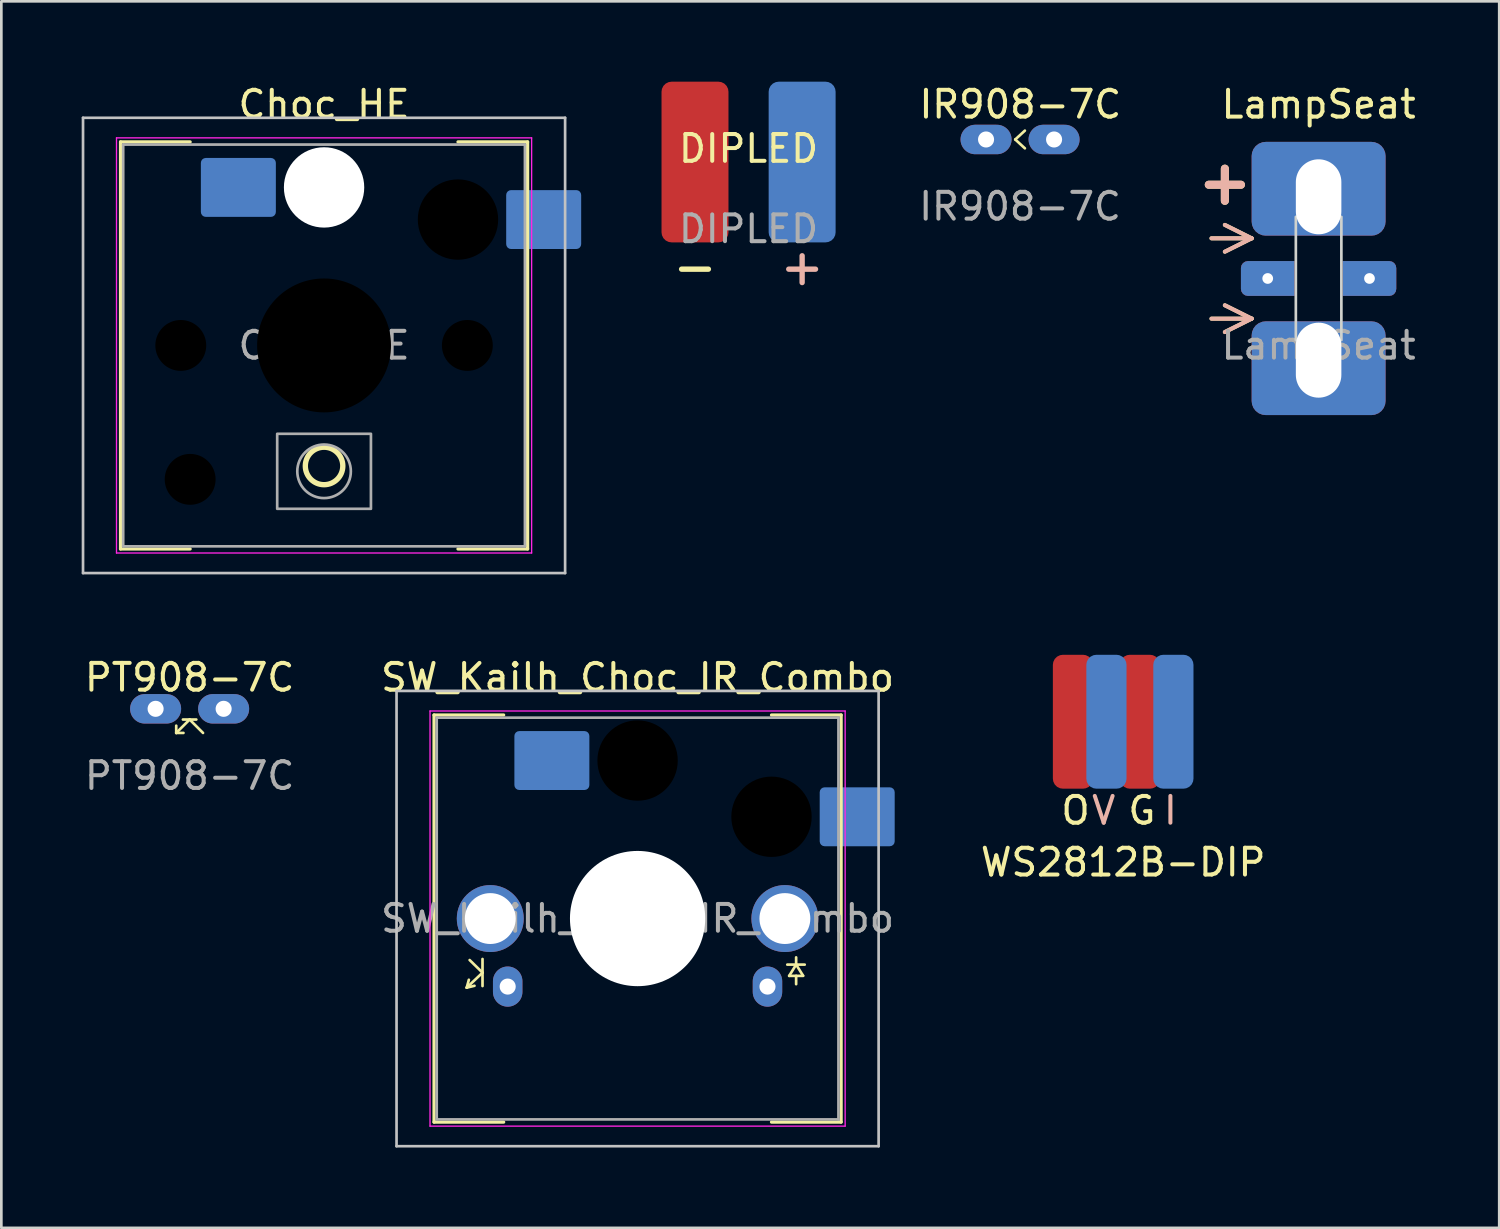
<source format=kicad_pcb>
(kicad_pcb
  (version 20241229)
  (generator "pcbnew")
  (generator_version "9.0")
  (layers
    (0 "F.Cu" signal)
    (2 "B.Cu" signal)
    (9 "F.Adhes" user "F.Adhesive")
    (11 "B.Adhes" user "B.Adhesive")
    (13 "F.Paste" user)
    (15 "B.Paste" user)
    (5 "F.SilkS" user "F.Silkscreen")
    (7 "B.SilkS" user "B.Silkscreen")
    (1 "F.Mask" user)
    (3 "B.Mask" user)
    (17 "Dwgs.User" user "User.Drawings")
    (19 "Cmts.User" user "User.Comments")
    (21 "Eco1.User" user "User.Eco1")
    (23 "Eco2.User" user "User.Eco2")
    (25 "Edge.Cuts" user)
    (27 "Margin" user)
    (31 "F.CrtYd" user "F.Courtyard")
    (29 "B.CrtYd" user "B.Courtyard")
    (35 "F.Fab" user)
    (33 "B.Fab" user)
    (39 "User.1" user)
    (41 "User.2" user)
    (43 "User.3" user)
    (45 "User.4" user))
  (footprint "SW_Kailh_Choc_IR_Combo"
    (layer "F.Cu")
    (at 20.756 31.247)
    (property "Reference" "SW_Kailh_Choc_IR_Combo" (at 0 -9 0) (layer "F.SilkS") (effects (font (size 1 1) (thickness 0.15))))
    (attr through_hole)
    (fp_line (start -7.6 -7.6) (end -7.6 7.6) (stroke (width 0.12) (type solid)) (layer "F.SilkS"))
    (fp_line (start -7.6 7.6) (end -5 7.6) (stroke (width 0.12) (type solid)) (layer "F.SilkS"))
    (fp_line (start -6.38 2.58) (end -5.79 2.02) (stroke (width 0.1) (type default)) (layer "F.SilkS"))
    (fp_line (start -6.3 2.285) (end -6.38 2.58) (stroke (width 0.1) (type default)) (layer "F.SilkS"))
    (fp_line (start -6.27 1.55) (end -5.79 2.02) (stroke (width 0.1) (type default)) (layer "F.SilkS"))
    (fp_line (start -6.09 2.51) (end -6.38 2.58) (stroke (width 0.1) (type default)) (layer "F.SilkS"))
    (fp_line (start -5.79 1.51) (end -5.79 2.52) (stroke (width 0.1) (type default)) (layer "F.SilkS"))
    (fp_line (start -5 -7.6) (end -7.6 -7.6) (stroke (width 0.12) (type solid)) (layer "F.SilkS"))
    (fp_line (start 5.59 1.72) (end 6.24 1.72) (stroke (width 0.1) (type default)) (layer "F.SilkS"))
    (fp_line (start 5.66 2.14) (end 5.92 1.72) (stroke (width 0.1) (type default)) (layer "F.SilkS"))
    (fp_line (start 5.66 2.14) (end 6.18 2.14) (stroke (width 0.1) (type default)) (layer "F.SilkS"))
    (fp_line (start 5.92 1.72) (end 6.18 2.134) (stroke (width 0.1) (type default)) (layer "F.SilkS"))
    (fp_line (start 5.92 1.73) (end 5.92 1.45) (stroke (width 0.1) (type default)) (layer "F.SilkS"))
    (fp_line (start 5.92 2.14) (end 5.92 2.45) (stroke (width 0.1) (type default)) (layer "F.SilkS"))
    (fp_line (start 7.6 -7.6) (end 5 -7.6) (stroke (width 0.12) (type solid)) (layer "F.SilkS"))
    (fp_line (start 7.6 7.6) (end 5 7.6) (stroke (width 0.12) (type solid)) (layer "F.SilkS"))
    (fp_line (start 7.6 7.6) (end 7.6 -7.6) (stroke (width 0.12) (type solid)) (layer "F.SilkS"))
    (fp_line (start -9 -8.5) (end -9 8.5) (stroke (width 0.1) (type solid)) (layer "Dwgs.User"))
    (fp_line (start -9 8.5) (end 9 8.5) (stroke (width 0.1) (type solid)) (layer "Dwgs.User"))
    (fp_line (start 9 -8.5) (end -9 -8.5) (stroke (width 0.1) (type solid)) (layer "Dwgs.User"))
    (fp_line (start 9 8.5) (end 9 -8.5) (stroke (width 0.1) (type solid)) (layer "Dwgs.User"))
    (fp_line (start -7.25 -7.25) (end -7.25 7.25) (stroke (width 0.1) (type solid)) (layer "Eco1.User"))
    (fp_line (start -7.25 7.25) (end 7.25 7.25) (stroke (width 0.1) (type solid)) (layer "Eco1.User"))
    (fp_line (start 7.25 -7.25) (end -7.25 -7.25) (stroke (width 0.1) (type solid)) (layer "Eco1.User"))
    (fp_line (start 7.25 7.25) (end 7.25 -7.25) (stroke (width 0.1) (type solid)) (layer "Eco1.User"))
    (fp_line (start -7.75 -7.75) (end -7.75 7.75) (stroke (width 0.05) (type solid)) (layer "F.CrtYd"))
    (fp_line (start -7.75 7.75) (end 7.75 7.75) (stroke (width 0.05) (type solid)) (layer "F.CrtYd"))
    (fp_line (start 7.75 -7.75) (end -7.75 -7.75) (stroke (width 0.05) (type solid)) (layer "F.CrtYd"))
    (fp_line (start 7.75 7.75) (end 7.75 -7.75) (stroke (width 0.05) (type solid)) (layer "F.CrtYd"))
    (fp_line (start -7.5 -7.5) (end -7.5 7.5) (stroke (width 0.1) (type solid)) (layer "F.Fab"))
    (fp_line (start -7.5 7.5) (end 7.5 7.5) (stroke (width 0.1) (type solid)) (layer "F.Fab"))
    (fp_line (start 7.5 -7.5) (end -7.5 -7.5) (stroke (width 0.1) (type solid)) (layer "F.Fab"))
    (fp_line (start 7.5 7.5) (end 7.5 -7.5) (stroke (width 0.1) (type solid)) (layer "F.Fab"))
    (fp_text user "${REFERENCE}" (at 0 0 0) (layer "F.Fab") (effects (font (size 1 1) (thickness 0.15))))
    (pad "" np_thru_hole circle (at 0 -5.9) (size 3 3) (drill 3) (layers "*.Mask"))
    (pad "" np_thru_hole circle (at 0 0) (size 5.05 5.05) (drill 5.05) (layers "*.Cu" "*.Mask"))
    (pad "" np_thru_hole circle (at 5 -3.8) (size 3 3) (drill 3) (layers "*.Mask"))
    (pad "1" smd roundrect (at -3.2 -5.9) (size 2.8 2.2) (layers "B.Cu" "B.Mask" "B.Paste") (roundrect_rratio 0.083))
    (pad "2" smd roundrect (at 8.2 -3.8) (size 2.8 2.2) (layers "B.Cu" "B.Mask" "B.Paste") (roundrect_rratio 0.083))
    (pad "3" thru_hole circle (at 5.5 0) (size 2.5 2.5) (drill 1.9) (layers "*.Cu" "*.Mask"))
    (pad "4" thru_hole oval (at 4.85 2.54 90) (size 1.5 1.1) (drill 0.6) (layers "*.Cu" "*.Mask"))
    (pad "5" thru_hole oval (at -4.85 2.54 90) (size 1.5 1.1) (drill 0.6) (layers "*.Cu" "*.Mask"))
    (pad "6" thru_hole circle (at -5.5 0) (size 2.5 2.5) (drill 1.9) (layers "*.Cu" "*.Mask")))
  (footprint "IR908-7C"
    (layer "F.Cu")
    (at 35.037 2.158)
    (property "Reference" "IR908-7C" (at 0.01 -1.31 0) (unlocked yes) (layer "F.SilkS") (effects (font (size 1 1) (thickness 0.15))))
    (attr smd)
    (fp_line (start -0.18 0) (end 0.18 -0.33) (stroke (width 0.1) (type default)) (layer "F.SilkS"))
    (fp_line (start -0.18 0) (end 0.18 0.33) (stroke (width 0.1) (type default)) (layer "F.SilkS"))
    (fp_text user "${REFERENCE}" (at 0 2.5 0) (unlocked yes) (layer "F.Fab") (effects (font (size 1 1) (thickness 0.15))))
    (pad "1" thru_hole oval (at -1.27 0) (size 1.905 1.1) (drill 0.6) (layers "*.Cu" "*.Mask"))
    (pad "2" thru_hole oval (at 1.27 0) (size 1.905 1.1) (drill 0.6) (layers "*.Cu" "*.Mask")))
  (footprint "PT908-7C"
    (layer "F.Cu")
    (at 4.03 23.416)
    (property "Reference" "PT908-7C" (at 0 -1.17 0) (unlocked yes) (layer "F.SilkS") (effects (font (size 1 1) (thickness 0.15))))
    (attr smd)
    (fp_line (start -0.5 0.9) (end -0.5 0.63) (stroke (width 0.1) (type default)) (layer "F.SilkS"))
    (fp_line (start -0.5 0.9) (end -0.23 0.9) (stroke (width 0.1) (type default)) (layer "F.SilkS"))
    (fp_line (start -0.5 0.9) (end 0 0.4) (stroke (width 0.1) (type default)) (layer "F.SilkS"))
    (fp_line (start -0.25 0.4) (end 0.25 0.4) (stroke (width 0.1) (type default)) (layer "F.SilkS"))
    (fp_line (start 0 0.4) (end 0.5 0.9) (stroke (width 0.1) (type default)) (layer "F.SilkS"))
    (fp_text user "${REFERENCE}" (at 0 2.5 0) (unlocked yes) (layer "F.Fab") (effects (font (size 1 1) (thickness 0.15))))
    (pad "1" thru_hole oval (at -1.27 0) (size 1.905 1.1) (drill 0.6) (layers "*.Cu" "*.Mask"))
    (pad "2" thru_hole oval (at 1.27 0) (size 1.905 1.1) (drill 0.6) (layers "*.Cu" "*.Mask")))
  (footprint "Choc_HE"
    (layer "F.Cu")
    (at 9.05 9.848)
    (property "Reference" "Choc_HE" (at 0 -9 0) (layer "F.SilkS") (effects (font (size 1 1) (thickness 0.15))))
    (attr through_hole)
    (fp_line (start -7.6 -7.6) (end -7.6 7.6) (stroke (width 0.12) (type solid)) (layer "F.SilkS"))
    (fp_line (start -7.6 7.6) (end -5 7.6) (stroke (width 0.12) (type solid)) (layer "F.SilkS"))
    (fp_line (start -5 -7.6) (end -7.6 -7.6) (stroke (width 0.12) (type solid)) (layer "F.SilkS"))
    (fp_line (start 7.6 -7.6) (end 5 -7.6) (stroke (width 0.12) (type solid)) (layer "F.SilkS"))
    (fp_line (start 7.6 7.6) (end 5 7.6) (stroke (width 0.12) (type solid)) (layer "F.SilkS"))
    (fp_line (start 7.6 7.6) (end 7.6 -7.6) (stroke (width 0.12) (type solid)) (layer "F.SilkS"))
    (fp_circle (center 0 4.5) (end 0.7 4.5) (stroke (width 0.2) (type default)) (fill no) (layer "F.SilkS"))
    (fp_line (start -9 -8.5) (end -9 8.5) (stroke (width 0.1) (type solid)) (layer "Dwgs.User"))
    (fp_line (start -9 8.5) (end 9 8.5) (stroke (width 0.1) (type solid)) (layer "Dwgs.User"))
    (fp_line (start 9 -8.5) (end -9 -8.5) (stroke (width 0.1) (type solid)) (layer "Dwgs.User"))
    (fp_line (start 9 8.5) (end 9 -8.5) (stroke (width 0.1) (type solid)) (layer "Dwgs.User"))
    (fp_line (start -7.25 -7.25) (end -7.25 7.25) (stroke (width 0.1) (type solid)) (layer "Eco1.User"))
    (fp_line (start -7.25 7.25) (end 7.25 7.25) (stroke (width 0.1) (type solid)) (layer "Eco1.User"))
    (fp_line (start 7.25 -7.25) (end -7.25 -7.25) (stroke (width 0.1) (type solid)) (layer "Eco1.User"))
    (fp_line (start 7.25 7.25) (end 7.25 -7.25) (stroke (width 0.1) (type solid)) (layer "Eco1.User"))
    (fp_line (start -7.75 -7.75) (end -7.75 7.75) (stroke (width 0.05) (type solid)) (layer "F.CrtYd"))
    (fp_line (start -7.75 7.75) (end 7.75 7.75) (stroke (width 0.05) (type solid)) (layer "F.CrtYd"))
    (fp_line (start 7.75 -7.75) (end -7.75 -7.75) (stroke (width 0.05) (type solid)) (layer "F.CrtYd"))
    (fp_line (start 7.75 7.75) (end 7.75 -7.75) (stroke (width 0.05) (type solid)) (layer "F.CrtYd"))
    (fp_line (start -7.5 -7.5) (end -7.5 7.5) (stroke (width 0.1) (type solid)) (layer "F.Fab"))
    (fp_line (start -7.5 7.5) (end 7.5 7.5) (stroke (width 0.1) (type solid)) (layer "F.Fab"))
    (fp_line (start 7.5 -7.5) (end -7.5 -7.5) (stroke (width 0.1) (type solid)) (layer "F.Fab"))
    (fp_line (start 7.5 7.5) (end 7.5 -7.5) (stroke (width 0.1) (type solid)) (layer "F.Fab"))
    (fp_rect (start -1.75 3.3) (end 1.75 6.1) (stroke (width 0.1) (type solid)) (fill no) (layer "F.Fab"))
    (fp_circle (center 0 4.7) (end 1 4.7) (stroke (width 0.1) (type solid)) (fill no) (layer "F.Fab"))
    (fp_text user "${REFERENCE}" (at 0 0 0) (layer "F.Fab") (effects (font (size 1 1) (thickness 0.15))))
    (pad "" np_thru_hole circle (at -5.35 0) (size 1.9 1.9) (drill oval 2.2 1.9) (layers "*.Mask"))
    (pad "" np_thru_hole circle (at -5 5) (size 1.9 1.9) (drill 1.9) (layers "*.Mask"))
    (pad "" np_thru_hole circle (at 0 -5.9) (size 3 3) (drill 3) (layers "*.Cu" "*.Mask"))
    (pad "" np_thru_hole circle (at 0 0) (size 5 5) (drill 5) (layers "*.Mask"))
    (pad "" np_thru_hole circle (at 5 -4.7) (size 3 3) (drill 3) (layers "*.Mask"))
    (pad "" np_thru_hole circle (at 5.35 0) (size 1.9 1.9) (drill oval 2.2 1.9) (layers "*.Mask"))
    (pad "1" smd roundrect (at -3.2 -5.9) (size 2.8 2.2) (layers "B.Cu" "B.Mask" "B.Paste") (roundrect_rratio 0.083))
    (pad "2" smd roundrect (at 8.2 -4.7) (size 2.8 2.2) (layers "B.Cu" "B.Mask" "B.Paste") (roundrect_rratio 0.083)))
  (footprint "WS2812B-DIP"
    (layer "F.Cu")
    (at 38.887 23.898)
    (property "Reference" "WS2812B-DIP" (at 0 5.25 0) (unlocked yes) (layer "F.SilkS") (effects (font (size 1 1) (thickness 0.15))))
    (attr smd)
    (fp_text user "O" (at -2.4 3.9 0) (unlocked yes) (layer "F.SilkS") (effects (font (size 1 1) (thickness 0.15)) (justify left bottom)))
    (fp_text user "G" (at 0.1 3.9 0) (unlocked yes) (layer "F.SilkS") (effects (font (size 1 1) (thickness 0.15)) (justify left bottom)))
    (fp_text user "I" (at 2.1 3.9 0) (unlocked yes) (layer "B.SilkS") (effects (font (size 1 1) (thickness 0.15)) (justify left bottom mirror)))
    (fp_text user "V" (at -0.2 3.9 0) (unlocked yes) (layer "B.SilkS") (effects (font (size 1 1) (thickness 0.15)) (justify left bottom mirror)))
    (pad "G" smd roundrect (at 0.625 0) (size 1.5 5) (layers "F.Cu" "F.Mask" "F.Paste") (roundrect_rratio 0.25))
    (pad "I" smd roundrect (at 1.875 0) (size 1.5 5) (layers "B.Cu" "B.Mask" "B.Paste") (roundrect_rratio 0.25))
    (pad "O" smd roundrect (at -1.875 0) (size 1.5 5) (layers "F.Cu" "F.Mask" "F.Paste") (roundrect_rratio 0.25))
    (pad "V" smd roundrect (at -0.625 0) (size 1.5 5) (layers "B.Cu" "B.Mask" "B.Paste") (roundrect_rratio 0.25)))
  (footprint "LampSeat"
    (layer "F.Cu")
    (at 46.184 7.348)
    (property "Reference" "LampSeat" (at 0 -6.5 0) (unlocked yes) (layer "F.SilkS") (effects (font (size 1 1) (thickness 0.15))))
    (attr smd)
    (fp_line (start -4.1 -3.5) (end -2.9 -3.5) (stroke (width 0.3) (type solid)) (layer "F.SilkS"))
    (fp_line (start -4 -1.5) (end -2.5 -1.5) (stroke (width 0.15) (type default)) (layer "F.SilkS"))
    (fp_line (start -3.5 -4.1) (end -3.5 -2.9) (stroke (width 0.3) (type solid)) (layer "F.SilkS"))
    (fp_line (start -3.5 -2) (end -2.5 -1.5) (stroke (width 0.15) (type default)) (layer "F.SilkS"))
    (fp_line (start -3.5 1) (end -2.5 1.5) (stroke (width 0.15) (type default)) (layer "F.SilkS"))
    (fp_line (start -2.5 -1.5) (end -3.5 -1) (stroke (width 0.15) (type default)) (layer "F.SilkS"))
    (fp_line (start -2.5 1.5) (end -4 1.5) (stroke (width 0.15) (type default)) (layer "F.SilkS"))
    (fp_line (start -2.5 1.5) (end -3.5 2) (stroke (width 0.15) (type default)) (layer "F.SilkS"))
    (fp_line (start -4.1 -3.5) (end -2.9 -3.5) (stroke (width 0.3) (type solid)) (layer "B.SilkS"))
    (fp_line (start -4 -1.5) (end -2.5 -1.5) (stroke (width 0.15) (type default)) (layer "B.SilkS"))
    (fp_line (start -3.5 -4.1) (end -3.5 -2.9) (stroke (width 0.3) (type solid)) (layer "B.SilkS"))
    (fp_line (start -3.5 -2) (end -2.5 -1.5) (stroke (width 0.15) (type default)) (layer "B.SilkS"))
    (fp_line (start -3.5 1) (end -2.5 1.5) (stroke (width 0.15) (type default)) (layer "B.SilkS"))
    (fp_line (start -2.5 -1.5) (end -3.5 -1) (stroke (width 0.15) (type default)) (layer "B.SilkS"))
    (fp_line (start -2.5 1.5) (end -4 1.5) (stroke (width 0.15) (type default)) (layer "B.SilkS"))
    (fp_line (start -2.5 1.5) (end -3.5 2) (stroke (width 0.15) (type default)) (layer "B.SilkS"))
    (fp_rect (start -0.85 -2.3) (end 0.85 2.3) (stroke (width 0.1) (type solid)) (fill no) (layer "Edge.Cuts"))
    (fp_text user "${REFERENCE}" (at 0 2.5 0) (unlocked yes) (layer "F.Fab") (effects (font (size 1 1) (thickness 0.15))))
    (pad "G" thru_hole roundrect (at 0 3.05) (size 5 3.5) (drill oval 1.7 2.8 (offset 0 0.3)) (layers "*.Cu" "*.Mask") (roundrect_rratio 0.15))
    (pad "I" thru_hole roundrect (at -1.9 0) (size 2 1.3) (drill 0.4) (layers "*.Cu" "*.Mask") (roundrect_rratio 0.2) (chamfer_ratio 0) (chamfer top_right bottom_right))
    (pad "O" thru_hole roundrect (at 1.9 0) (size 2 1.3) (drill 0.4) (layers "*.Cu" "*.Mask") (roundrect_rratio 0.2) (chamfer_ratio 0) (chamfer top_left bottom_left))
    (pad "V" thru_hole roundrect (at 0 -3.05) (size 5 3.5) (drill oval 1.7 2.8 (offset 0 -0.3)) (layers "*.Cu" "*.Mask") (roundrect_rratio 0.15)))
  (footprint "DIPLED"
    (layer "F.Cu")
    (at 24.9 3)
    (property "Reference" "DIPLED" (at 0 -0.5 0) (unlocked yes) (layer "F.SilkS") (effects (font (size 1 1) (thickness 0.15))))
    (attr smd)
    (fp_line (start -2.5 4) (end -1.5 4) (stroke (width 0.2) (type default)) (layer "F.SilkS"))
    (fp_line (start 1.5 4) (end 2.5 4) (stroke (width 0.2) (type default)) (layer "B.SilkS"))
    (fp_line (start 2 4.5) (end 2 3.5) (stroke (width 0.2) (type default)) (layer "B.SilkS"))
    (fp_text user "${REFERENCE}" (at 0 2.5 0) (unlocked yes) (layer "F.Fab") (effects (font (size 1 1) (thickness 0.15))))
    (pad "1" smd roundrect (at -2 0) (size 2.5 6) (layers "F.Cu" "F.Mask" "F.Paste") (roundrect_rratio 0.15))
    (pad "2" smd roundrect (at 2 0) (size 2.5 6) (layers "B.Cu" "B.Mask" "B.Paste") (roundrect_rratio 0.15)))
  (gr_rect
    (start -3 -3)
    (end 52.928 42.797)
    (stroke (width 0.1) (type default))
    (fill no)
    (layer "Edge.Cuts")))
</source>
